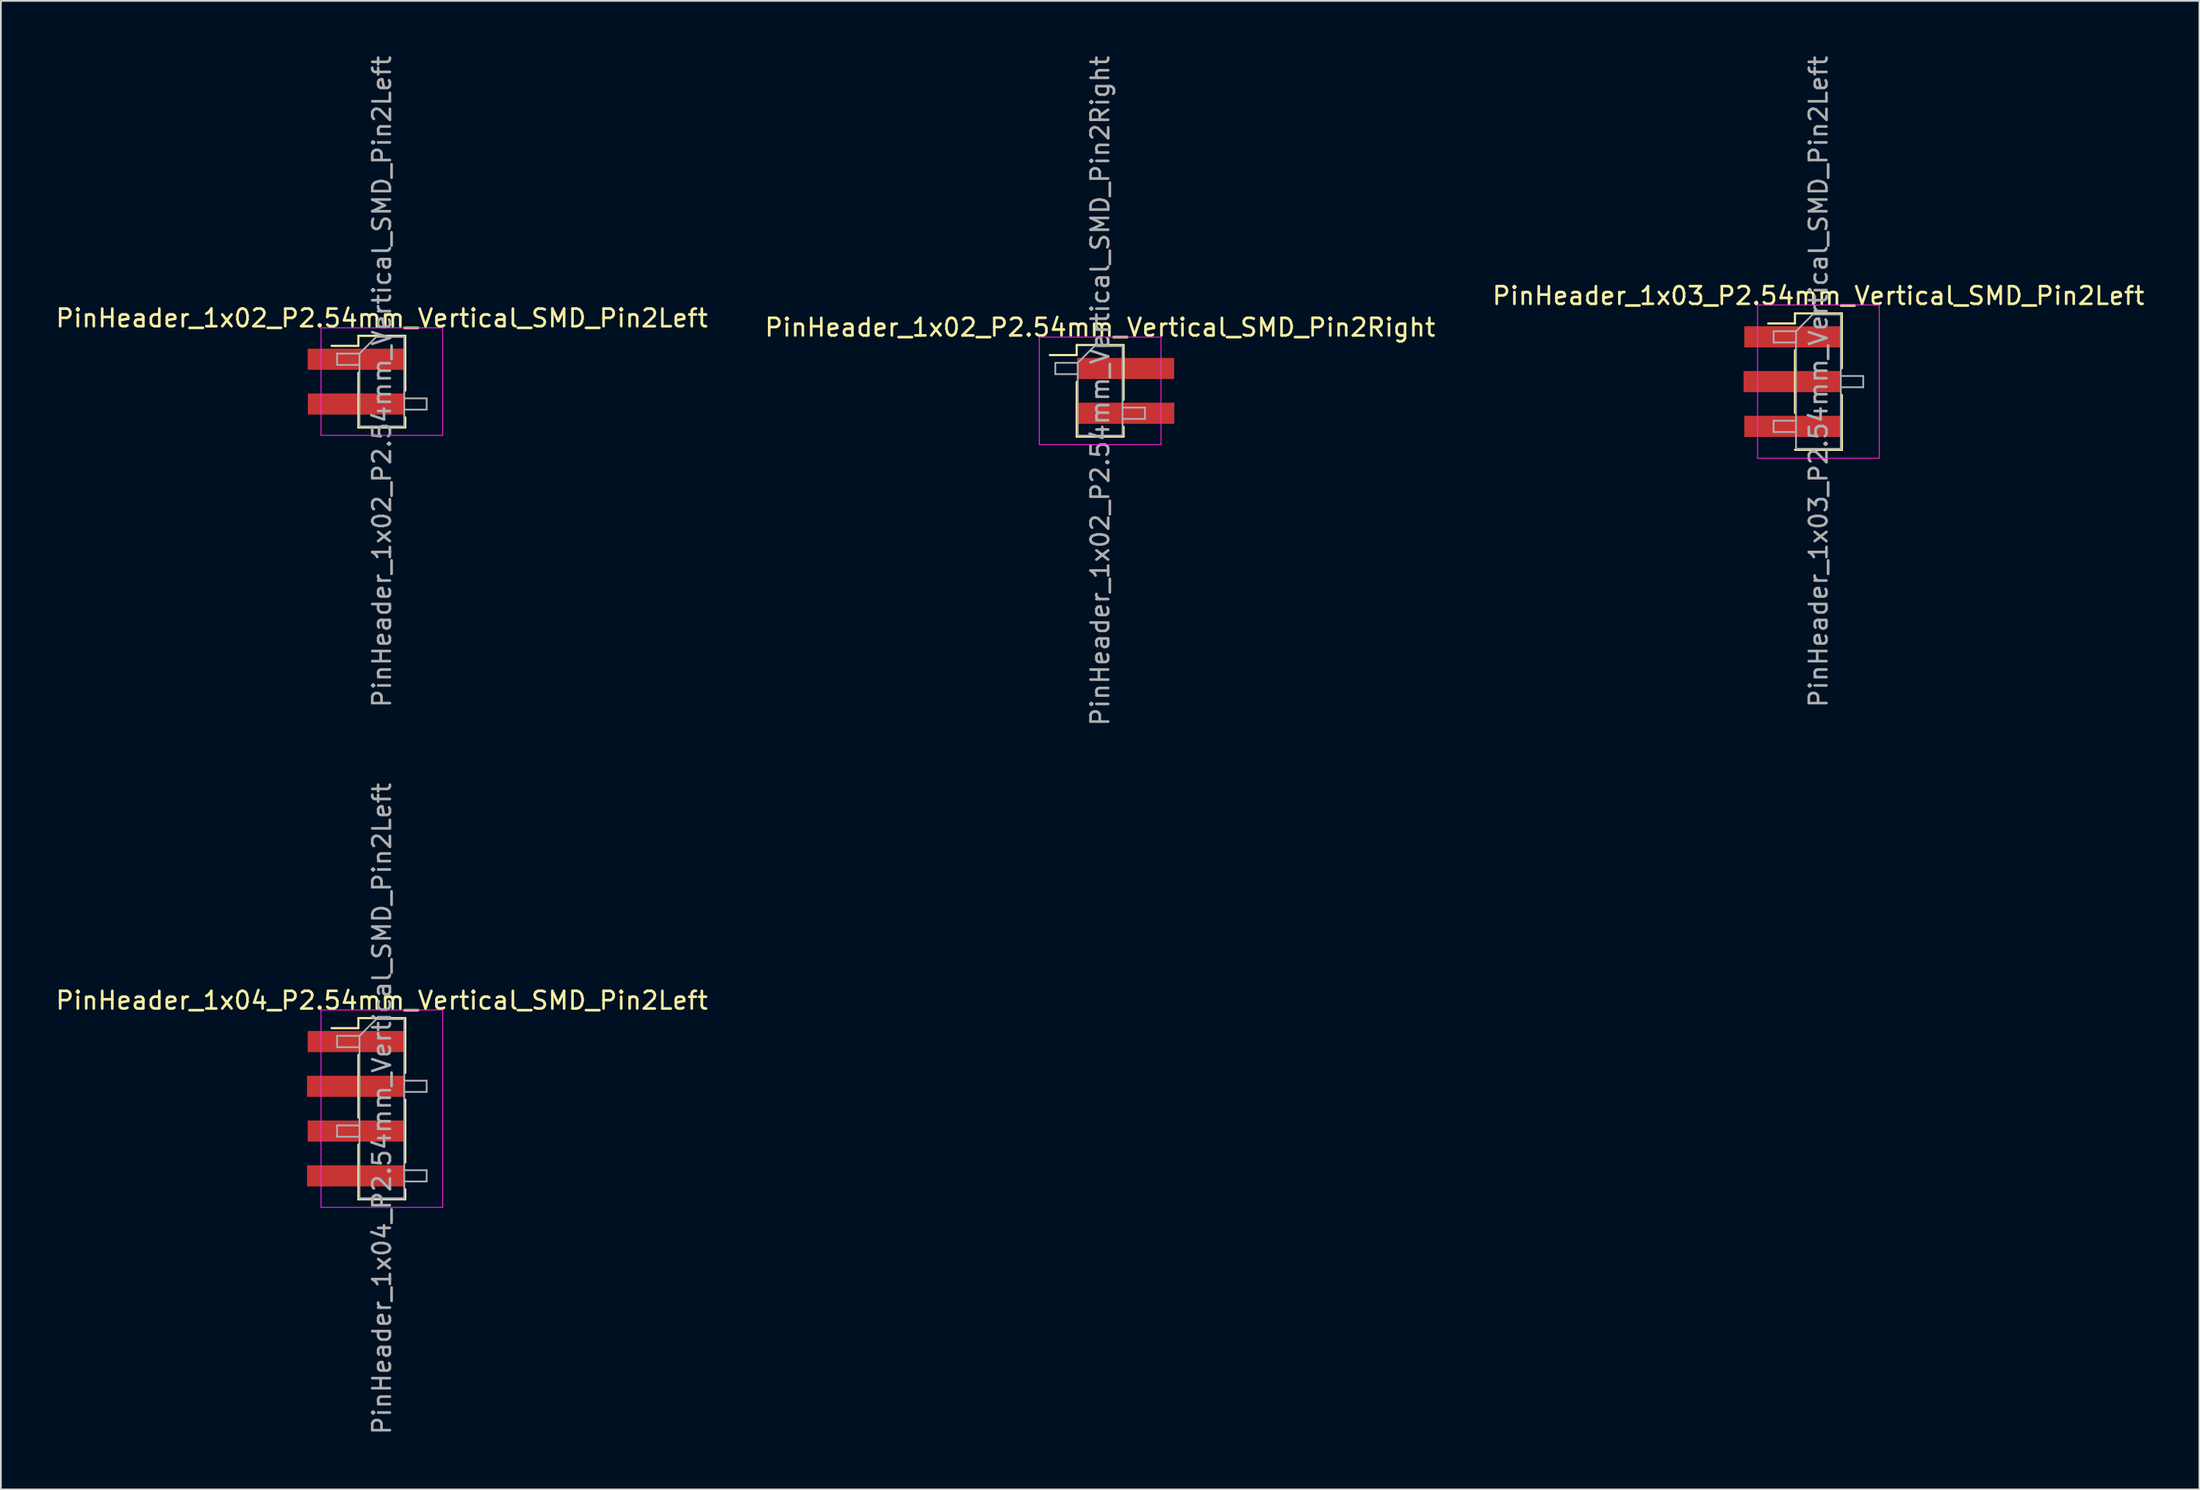
<source format=kicad_pcb>
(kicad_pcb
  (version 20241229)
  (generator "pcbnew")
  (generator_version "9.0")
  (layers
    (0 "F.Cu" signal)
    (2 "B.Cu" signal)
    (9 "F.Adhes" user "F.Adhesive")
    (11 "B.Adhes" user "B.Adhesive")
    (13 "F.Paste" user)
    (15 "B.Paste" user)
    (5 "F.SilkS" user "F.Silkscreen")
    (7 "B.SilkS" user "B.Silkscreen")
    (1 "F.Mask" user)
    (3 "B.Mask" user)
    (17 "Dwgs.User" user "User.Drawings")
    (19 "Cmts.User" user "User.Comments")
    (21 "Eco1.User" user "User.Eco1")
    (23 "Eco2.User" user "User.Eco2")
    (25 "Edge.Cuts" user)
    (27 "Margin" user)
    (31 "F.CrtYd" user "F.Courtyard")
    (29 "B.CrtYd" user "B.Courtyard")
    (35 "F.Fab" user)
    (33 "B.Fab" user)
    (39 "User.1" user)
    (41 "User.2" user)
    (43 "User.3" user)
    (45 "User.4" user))
  (footprint "PinHeader_1x03_P2.54mm_Vertical_SMD_Pin2Left"
    (layer "F.Cu")
    (at 100.054 18.601)
    (property "Reference" "PinHeader_1x03_P2.54mm_Vertical_SMD_Pin2Left" (at 0 -4.87 0) (layer "F.SilkS") (effects (font (size 1 1) (thickness 0.15))))
    (attr smd)
    (fp_line (start -1.33 -3.87) (end -1.33 -3.3) (stroke (width 0.12) (type solid)) (layer "F.SilkS"))
    (fp_line (start -1.33 -3.87) (end 1.33 -3.87) (stroke (width 0.12) (type solid)) (layer "F.SilkS"))
    (fp_line (start -1.33 -3.3) (end -2.85 -3.3) (stroke (width 0.12) (type solid)) (layer "F.SilkS"))
    (fp_line (start -1.33 -1.78) (end -1.33 1.78) (stroke (width 0.12) (type solid)) (layer "F.SilkS"))
    (fp_line (start -1.33 3.87) (end 1.33 3.87) (stroke (width 0.12) (type solid)) (layer "F.SilkS"))
    (fp_line (start 1.33 -3.87) (end 1.33 -0.76) (stroke (width 0.12) (type solid)) (layer "F.SilkS"))
    (fp_line (start 1.33 0.76) (end 1.33 3.87) (stroke (width 0.12) (type solid)) (layer "F.SilkS"))
    (fp_line (start 1.33 3.3) (end 1.33 3.87) (stroke (width 0.12) (type solid)) (layer "F.SilkS"))
    (fp_line (start -3.45 -4.35) (end -3.45 4.35) (stroke (width 0.05) (type solid)) (layer "F.CrtYd"))
    (fp_line (start -3.45 4.35) (end 3.45 4.35) (stroke (width 0.05) (type solid)) (layer "F.CrtYd"))
    (fp_line (start 3.45 -4.35) (end -3.45 -4.35) (stroke (width 0.05) (type solid)) (layer "F.CrtYd"))
    (fp_line (start 3.45 4.35) (end 3.45 -4.35) (stroke (width 0.05) (type solid)) (layer "F.CrtYd"))
    (fp_line (start -2.54 -2.86) (end -2.54 -2.22) (stroke (width 0.1) (type solid)) (layer "F.Fab"))
    (fp_line (start -2.54 -2.22) (end -1.27 -2.22) (stroke (width 0.1) (type solid)) (layer "F.Fab"))
    (fp_line (start -2.54 2.22) (end -2.54 2.86) (stroke (width 0.1) (type solid)) (layer "F.Fab"))
    (fp_line (start -2.54 2.86) (end -1.27 2.86) (stroke (width 0.1) (type solid)) (layer "F.Fab"))
    (fp_line (start -1.27 -2.86) (end -2.54 -2.86) (stroke (width 0.1) (type solid)) (layer "F.Fab"))
    (fp_line (start -1.27 -2.86) (end -0.32 -3.81) (stroke (width 0.1) (type solid)) (layer "F.Fab"))
    (fp_line (start -1.27 2.22) (end -2.54 2.22) (stroke (width 0.1) (type solid)) (layer "F.Fab"))
    (fp_line (start -1.27 3.81) (end -1.27 -2.86) (stroke (width 0.1) (type solid)) (layer "F.Fab"))
    (fp_line (start -0.32 -3.81) (end 1.27 -3.81) (stroke (width 0.1) (type solid)) (layer "F.Fab"))
    (fp_line (start 1.27 -3.81) (end 1.27 3.81) (stroke (width 0.1) (type solid)) (layer "F.Fab"))
    (fp_line (start 1.27 -0.32) (end 2.54 -0.32) (stroke (width 0.1) (type solid)) (layer "F.Fab"))
    (fp_line (start 1.27 3.81) (end -1.27 3.81) (stroke (width 0.1) (type solid)) (layer "F.Fab"))
    (fp_line (start 2.54 -0.32) (end 2.54 0.32) (stroke (width 0.1) (type solid)) (layer "F.Fab"))
    (fp_line (start 2.54 0.32) (end 1.27 0.32) (stroke (width 0.1) (type solid)) (layer "F.Fab"))
    (fp_text user "${REFERENCE}" (at 0 0 90) (layer "F.Fab") (effects (font (size 1 1) (thickness 0.15))))
    (pad "1" smd rect (at -1.655 -2.54) (size 5.5 1.2) (drill (offset 0.2 0)) (layers "F.Cu" "F.Mask" "F.Paste"))
    (pad "2" smd rect (at 1.655 0) (size 5.5 1.2) (drill (offset -3.15 0)) (layers "F.Cu" "F.Mask" "F.Paste"))
    (pad "3" smd rect (at -1.655 2.54) (size 5.5 1.2) (drill (offset 0.2 0)) (layers "F.Cu" "F.Mask" "F.Paste")))
  (footprint "PinHeader_1x04_P2.54mm_Vertical_SMD_Pin2Left"
    (layer "F.Cu")
    (at 18.601 59.851)
    (property "Reference" "PinHeader_1x04_P2.54mm_Vertical_SMD_Pin2Left" (at 0 -6.14 0) (layer "F.SilkS") (effects (font (size 1 1) (thickness 0.15))))
    (attr smd)
    (fp_line (start -1.33 -5.14) (end -1.33 -4.57) (stroke (width 0.12) (type solid)) (layer "F.SilkS"))
    (fp_line (start -1.33 -5.14) (end 1.33 -5.14) (stroke (width 0.12) (type solid)) (layer "F.SilkS"))
    (fp_line (start -1.33 -4.57) (end -2.85 -4.57) (stroke (width 0.12) (type solid)) (layer "F.SilkS"))
    (fp_line (start -1.33 -3.05) (end -1.33 0.51) (stroke (width 0.12) (type solid)) (layer "F.SilkS"))
    (fp_line (start -1.33 2.03) (end -1.33 5.14) (stroke (width 0.12) (type solid)) (layer "F.SilkS"))
    (fp_line (start -1.33 5.14) (end 1.33 5.14) (stroke (width 0.12) (type solid)) (layer "F.SilkS"))
    (fp_line (start 1.33 -5.14) (end 1.33 -2.03) (stroke (width 0.12) (type solid)) (layer "F.SilkS"))
    (fp_line (start 1.33 -0.51) (end 1.33 3.05) (stroke (width 0.12) (type solid)) (layer "F.SilkS"))
    (fp_line (start 1.33 4.57) (end 1.33 5.14) (stroke (width 0.12) (type solid)) (layer "F.SilkS"))
    (fp_line (start -3.45 -5.6) (end -3.45 5.6) (stroke (width 0.05) (type solid)) (layer "F.CrtYd"))
    (fp_line (start -3.45 5.6) (end 3.45 5.6) (stroke (width 0.05) (type solid)) (layer "F.CrtYd"))
    (fp_line (start 3.45 -5.6) (end -3.45 -5.6) (stroke (width 0.05) (type solid)) (layer "F.CrtYd"))
    (fp_line (start 3.45 5.6) (end 3.45 -5.6) (stroke (width 0.05) (type solid)) (layer "F.CrtYd"))
    (fp_line (start -2.54 -4.13) (end -2.54 -3.49) (stroke (width 0.1) (type solid)) (layer "F.Fab"))
    (fp_line (start -2.54 -3.49) (end -1.27 -3.49) (stroke (width 0.1) (type solid)) (layer "F.Fab"))
    (fp_line (start -2.54 0.95) (end -2.54 1.59) (stroke (width 0.1) (type solid)) (layer "F.Fab"))
    (fp_line (start -2.54 1.59) (end -1.27 1.59) (stroke (width 0.1) (type solid)) (layer "F.Fab"))
    (fp_line (start -1.27 -4.13) (end -2.54 -4.13) (stroke (width 0.1) (type solid)) (layer "F.Fab"))
    (fp_line (start -1.27 -4.13) (end -0.32 -5.08) (stroke (width 0.1) (type solid)) (layer "F.Fab"))
    (fp_line (start -1.27 0.95) (end -2.54 0.95) (stroke (width 0.1) (type solid)) (layer "F.Fab"))
    (fp_line (start -1.27 5.08) (end -1.27 -4.13) (stroke (width 0.1) (type solid)) (layer "F.Fab"))
    (fp_line (start -0.32 -5.08) (end 1.27 -5.08) (stroke (width 0.1) (type solid)) (layer "F.Fab"))
    (fp_line (start 1.27 -5.08) (end 1.27 5.08) (stroke (width 0.1) (type solid)) (layer "F.Fab"))
    (fp_line (start 1.27 -1.59) (end 2.54 -1.59) (stroke (width 0.1) (type solid)) (layer "F.Fab"))
    (fp_line (start 1.27 3.49) (end 2.54 3.49) (stroke (width 0.1) (type solid)) (layer "F.Fab"))
    (fp_line (start 1.27 5.08) (end -1.27 5.08) (stroke (width 0.1) (type solid)) (layer "F.Fab"))
    (fp_line (start 2.54 -1.59) (end 2.54 -0.95) (stroke (width 0.1) (type solid)) (layer "F.Fab"))
    (fp_line (start 2.54 -0.95) (end 1.27 -0.95) (stroke (width 0.1) (type solid)) (layer "F.Fab"))
    (fp_line (start 2.54 3.49) (end 2.54 4.13) (stroke (width 0.1) (type solid)) (layer "F.Fab"))
    (fp_line (start 2.54 4.13) (end 1.27 4.13) (stroke (width 0.1) (type solid)) (layer "F.Fab"))
    (fp_text user "${REFERENCE}" (at 0 0 90) (layer "F.Fab") (effects (font (size 1 1) (thickness 0.15))))
    (pad "1" smd rect (at -1.655 -3.81) (size 5.5 1.2) (drill (offset 0.2 0)) (layers "F.Cu" "F.Mask" "F.Paste"))
    (pad "2" smd rect (at 1.655 -1.27) (size 5.5 1.2) (drill (offset -3.15 0)) (layers "F.Cu" "F.Mask" "F.Paste"))
    (pad "3" smd rect (at -1.655 1.27) (size 5.5 1.2) (drill (offset 0.2 0)) (layers "F.Cu" "F.Mask" "F.Paste"))
    (pad "4" smd rect (at 1.655 3.81) (size 5.5 1.2) (drill (offset -3.15 0)) (layers "F.Cu" "F.Mask" "F.Paste")))
  (footprint "PinHeader_1x02_P2.54mm_Vertical_SMD_Pin2Right"
    (layer "F.Cu")
    (at 59.327 19.125)
    (property "Reference" "PinHeader_1x02_P2.54mm_Vertical_SMD_Pin2Right" (at 0 -3.6 0) (layer "F.SilkS") (effects (font (size 1 1) (thickness 0.15))))
    (attr smd)
    (fp_line (start -1.33 -2.6) (end -1.33 -2.03) (stroke (width 0.12) (type solid)) (layer "F.SilkS"))
    (fp_line (start -1.33 -2.6) (end 1.33 -2.6) (stroke (width 0.12) (type solid)) (layer "F.SilkS"))
    (fp_line (start -1.33 -2.03) (end -2.85 -2.03) (stroke (width 0.12) (type solid)) (layer "F.SilkS"))
    (fp_line (start -1.33 -0.51) (end -1.33 2.6) (stroke (width 0.12) (type solid)) (layer "F.SilkS"))
    (fp_line (start -1.33 2.6) (end 1.33 2.6) (stroke (width 0.12) (type solid)) (layer "F.SilkS"))
    (fp_line (start 1.33 -2.6) (end 1.33 0.51) (stroke (width 0.12) (type solid)) (layer "F.SilkS"))
    (fp_line (start 1.33 2.03) (end 1.33 2.6) (stroke (width 0.12) (type solid)) (layer "F.SilkS"))
    (fp_line (start -3.45 -3.05) (end -3.45 3.05) (stroke (width 0.05) (type solid)) (layer "F.CrtYd"))
    (fp_line (start -3.45 3.05) (end 3.45 3.05) (stroke (width 0.05) (type solid)) (layer "F.CrtYd"))
    (fp_line (start 3.45 -3.05) (end -3.45 -3.05) (stroke (width 0.05) (type solid)) (layer "F.CrtYd"))
    (fp_line (start 3.45 3.05) (end 3.45 -3.05) (stroke (width 0.05) (type solid)) (layer "F.CrtYd"))
    (fp_line (start -2.54 -1.59) (end -2.54 -0.95) (stroke (width 0.1) (type solid)) (layer "F.Fab"))
    (fp_line (start -2.54 -0.95) (end -1.27 -0.95) (stroke (width 0.1) (type solid)) (layer "F.Fab"))
    (fp_line (start -1.27 -1.59) (end -2.54 -1.59) (stroke (width 0.1) (type solid)) (layer "F.Fab"))
    (fp_line (start -1.27 -1.59) (end -0.32 -2.54) (stroke (width 0.1) (type solid)) (layer "F.Fab"))
    (fp_line (start -1.27 2.54) (end -1.27 -1.59) (stroke (width 0.1) (type solid)) (layer "F.Fab"))
    (fp_line (start -0.32 -2.54) (end 1.27 -2.54) (stroke (width 0.1) (type solid)) (layer "F.Fab"))
    (fp_line (start 1.27 -2.54) (end 1.27 2.54) (stroke (width 0.1) (type solid)) (layer "F.Fab"))
    (fp_line (start 1.27 0.95) (end 2.54 0.95) (stroke (width 0.1) (type solid)) (layer "F.Fab"))
    (fp_line (start 1.27 2.54) (end -1.27 2.54) (stroke (width 0.1) (type solid)) (layer "F.Fab"))
    (fp_line (start 2.54 0.95) (end 2.54 1.59) (stroke (width 0.1) (type solid)) (layer "F.Fab"))
    (fp_line (start 2.54 1.59) (end 1.27 1.59) (stroke (width 0.1) (type solid)) (layer "F.Fab"))
    (fp_text user "${REFERENCE}" (at 0 0 90) (layer "F.Fab") (effects (font (size 1 1) (thickness 0.15))))
    (pad "1" smd rect (at -1.655 -1.27) (size 5.5 1.2) (drill (offset 3.1 0)) (layers "F.Cu" "F.Mask" "F.Paste"))
    (pad "2" smd rect (at 1.655 1.27) (size 5.5 1.2) (drill (offset -0.2 0)) (layers "F.Cu" "F.Mask" "F.Paste")))
  (footprint "PinHeader_1x02_P2.54mm_Vertical_SMD_Pin2Left"
    (layer "F.Cu")
    (at 18.601 18.601)
    (property "Reference" "PinHeader_1x02_P2.54mm_Vertical_SMD_Pin2Left" (at 0 -3.6 0) (layer "F.SilkS") (effects (font (size 1 1) (thickness 0.15))))
    (attr smd)
    (fp_line (start -1.33 -2.6) (end -1.33 -2.03) (stroke (width 0.12) (type solid)) (layer "F.SilkS"))
    (fp_line (start -1.33 -2.6) (end 1.33 -2.6) (stroke (width 0.12) (type solid)) (layer "F.SilkS"))
    (fp_line (start -1.33 -2.03) (end -2.85 -2.03) (stroke (width 0.12) (type solid)) (layer "F.SilkS"))
    (fp_line (start -1.33 -0.51) (end -1.33 2.6) (stroke (width 0.12) (type solid)) (layer "F.SilkS"))
    (fp_line (start -1.33 2.6) (end 1.33 2.6) (stroke (width 0.12) (type solid)) (layer "F.SilkS"))
    (fp_line (start 1.33 -2.6) (end 1.33 0.51) (stroke (width 0.12) (type solid)) (layer "F.SilkS"))
    (fp_line (start 1.33 2.03) (end 1.33 2.6) (stroke (width 0.12) (type solid)) (layer "F.SilkS"))
    (fp_line (start -3.45 -3.05) (end -3.45 3.05) (stroke (width 0.05) (type solid)) (layer "F.CrtYd"))
    (fp_line (start -3.45 3.05) (end 3.45 3.05) (stroke (width 0.05) (type solid)) (layer "F.CrtYd"))
    (fp_line (start 3.45 -3.05) (end -3.45 -3.05) (stroke (width 0.05) (type solid)) (layer "F.CrtYd"))
    (fp_line (start 3.45 3.05) (end 3.45 -3.05) (stroke (width 0.05) (type solid)) (layer "F.CrtYd"))
    (fp_line (start -2.54 -1.59) (end -2.54 -0.95) (stroke (width 0.1) (type solid)) (layer "F.Fab"))
    (fp_line (start -2.54 -0.95) (end -1.27 -0.95) (stroke (width 0.1) (type solid)) (layer "F.Fab"))
    (fp_line (start -1.27 -1.59) (end -2.54 -1.59) (stroke (width 0.1) (type solid)) (layer "F.Fab"))
    (fp_line (start -1.27 -1.59) (end -0.32 -2.54) (stroke (width 0.1) (type solid)) (layer "F.Fab"))
    (fp_line (start -1.27 2.54) (end -1.27 -1.59) (stroke (width 0.1) (type solid)) (layer "F.Fab"))
    (fp_line (start -0.32 -2.54) (end 1.27 -2.54) (stroke (width 0.1) (type solid)) (layer "F.Fab"))
    (fp_line (start 1.27 -2.54) (end 1.27 2.54) (stroke (width 0.1) (type solid)) (layer "F.Fab"))
    (fp_line (start 1.27 0.95) (end 2.54 0.95) (stroke (width 0.1) (type solid)) (layer "F.Fab"))
    (fp_line (start 1.27 2.54) (end -1.27 2.54) (stroke (width 0.1) (type solid)) (layer "F.Fab"))
    (fp_line (start 2.54 0.95) (end 2.54 1.59) (stroke (width 0.1) (type solid)) (layer "F.Fab"))
    (fp_line (start 2.54 1.59) (end 1.27 1.59) (stroke (width 0.1) (type solid)) (layer "F.Fab"))
    (fp_text user "${REFERENCE}" (at 0 0 90) (layer "F.Fab") (effects (font (size 1 1) (thickness 0.15))))
    (pad "1" smd rect (at -1.655 -1.27) (size 5.5 1.2) (drill (offset 0.2 0)) (layers "F.Cu" "F.Mask" "F.Paste"))
    (pad "2" smd rect (at 1.655 1.27) (size 5.5 1.2) (drill (offset -3.1 0)) (layers "F.Cu" "F.Mask" "F.Paste")))
  (gr_rect
    (start -3 -3)
    (end 121.655 81.452)
    (stroke (width 0.1) (type default))
    (fill no)
    (layer "Edge.Cuts")))
</source>
